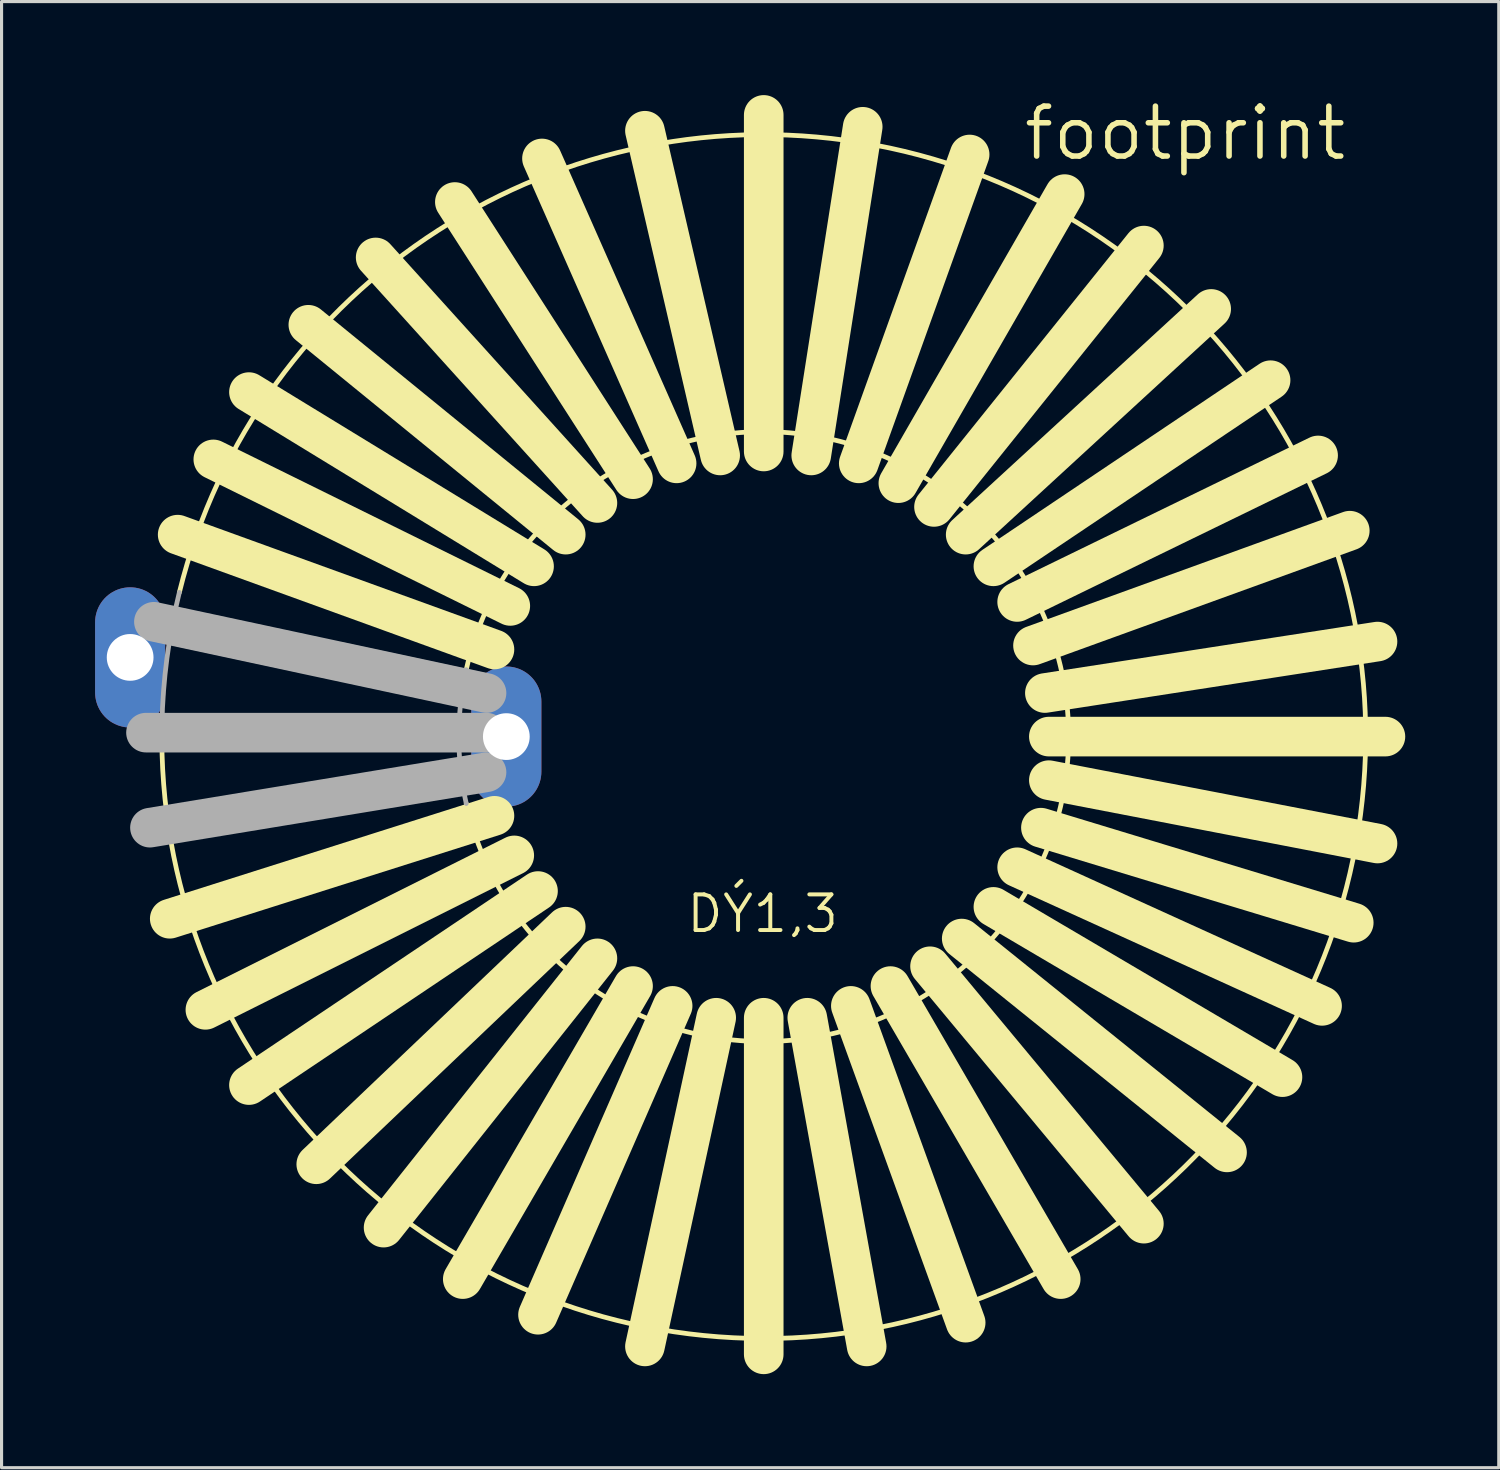
<source format=kicad_pcb>
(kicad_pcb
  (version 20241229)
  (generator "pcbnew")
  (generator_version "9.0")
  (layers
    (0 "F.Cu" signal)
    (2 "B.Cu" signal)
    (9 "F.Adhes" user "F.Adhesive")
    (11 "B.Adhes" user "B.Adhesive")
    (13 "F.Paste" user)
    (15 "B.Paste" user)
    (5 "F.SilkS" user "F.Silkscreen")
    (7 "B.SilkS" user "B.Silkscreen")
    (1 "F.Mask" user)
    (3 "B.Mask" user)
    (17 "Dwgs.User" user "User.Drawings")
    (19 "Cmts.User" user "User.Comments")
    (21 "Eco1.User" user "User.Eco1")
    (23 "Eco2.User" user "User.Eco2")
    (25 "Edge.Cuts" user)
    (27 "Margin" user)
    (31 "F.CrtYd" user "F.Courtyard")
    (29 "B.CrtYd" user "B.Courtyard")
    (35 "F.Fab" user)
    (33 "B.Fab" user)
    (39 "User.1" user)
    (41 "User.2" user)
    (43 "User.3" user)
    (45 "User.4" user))
  (footprint "footprint"
    (layer "F.Cu")
    (at 21.444 20.574)
    (property "Reference" "footprint" (at 8.255 -18.415 0) (layer "F.SilkS") (effects (font (size 1.6 1.6) (thickness 0.178)) (justify left bottom)))
    (fp_line (start -8.636 -2.794) (end -18.796 -6.477) (stroke (width 1.27) (type solid)) (layer "F.SilkS"))
    (fp_line (start -8.636 2.54) (end -19.05 5.842) (stroke (width 1.27) (type solid)) (layer "F.SilkS"))
    (fp_line (start -8.128 -4.191) (end -17.653 -8.89) (stroke (width 1.27) (type solid)) (layer "F.SilkS"))
    (fp_line (start -8.001 3.81) (end -17.907 8.763) (stroke (width 1.27) (type solid)) (layer "F.SilkS"))
    (fp_line (start -7.366 -5.461) (end -16.51 -11.049) (stroke (width 1.27) (type solid)) (layer "F.SilkS"))
    (fp_line (start -7.239 4.953) (end -16.51 11.176) (stroke (width 1.27) (type solid)) (layer "F.SilkS"))
    (fp_line (start -6.35 -6.477) (end -14.605 -13.208) (stroke (width 1.27) (type solid)) (layer "F.SilkS"))
    (fp_line (start -6.35 6.096) (end -14.351 13.716) (stroke (width 1.27) (type solid)) (layer "F.SilkS"))
    (fp_line (start -5.334 -7.493) (end -12.446 -15.367) (stroke (width 1.27) (type solid)) (layer "F.SilkS"))
    (fp_line (start -5.334 7.112) (end -12.192 15.748) (stroke (width 1.27) (type solid)) (layer "F.SilkS"))
    (fp_line (start -4.191 -8.255) (end -9.906 -17.145) (stroke (width 1.27) (type solid)) (layer "F.SilkS"))
    (fp_line (start -4.191 8.001) (end -9.652 17.399) (stroke (width 1.27) (type solid)) (layer "F.SilkS"))
    (fp_line (start -2.921 8.636) (end -7.239 18.542) (stroke (width 1.27) (type solid)) (layer "F.SilkS"))
    (fp_line (start -2.794 -8.763) (end -7.112 -18.542) (stroke (width 1.27) (type solid)) (layer "F.SilkS"))
    (fp_line (start -1.524 9.017) (end -3.81 19.558) (stroke (width 1.27) (type solid)) (layer "F.SilkS"))
    (fp_line (start -1.397 -9.017) (end -3.81 -19.431) (stroke (width 1.27) (type solid)) (layer "F.SilkS"))
    (fp_line (start 0 -9.144) (end 0 -19.939) (stroke (width 1.27) (type solid)) (layer "F.SilkS"))
    (fp_line (start 0 9.017) (end 0 19.812) (stroke (width 1.27) (type solid)) (layer "F.SilkS"))
    (fp_line (start 1.397 9.017) (end 3.302 19.558) (stroke (width 1.27) (type solid)) (layer "F.SilkS"))
    (fp_line (start 1.524 -9.017) (end 3.175 -19.558) (stroke (width 1.27) (type solid)) (layer "F.SilkS"))
    (fp_line (start 2.794 8.636) (end 6.477 18.796) (stroke (width 1.27) (type solid)) (layer "F.SilkS"))
    (fp_line (start 3.048 -8.763) (end 6.604 -18.669) (stroke (width 1.27) (type solid)) (layer "F.SilkS"))
    (fp_line (start 4.064 8.001) (end 9.525 17.399) (stroke (width 1.27) (type solid)) (layer "F.SilkS"))
    (fp_line (start 4.318 -8.128) (end 9.652 -17.399) (stroke (width 1.27) (type solid)) (layer "F.SilkS"))
    (fp_line (start 5.334 7.366) (end 12.192 15.621) (stroke (width 1.27) (type solid)) (layer "F.SilkS"))
    (fp_line (start 5.461 -7.366) (end 12.192 -15.748) (stroke (width 1.27) (type solid)) (layer "F.SilkS"))
    (fp_line (start 6.35 6.477) (end 14.859 13.335) (stroke (width 1.27) (type solid)) (layer "F.SilkS"))
    (fp_line (start 6.477 -6.477) (end 14.351 -13.716) (stroke (width 1.27) (type solid)) (layer "F.SilkS"))
    (fp_line (start 7.366 -5.461) (end 16.256 -11.43) (stroke (width 1.27) (type solid)) (layer "F.SilkS"))
    (fp_line (start 7.366 5.461) (end 16.637 10.922) (stroke (width 1.27) (type solid)) (layer "F.SilkS"))
    (fp_line (start 8.128 -4.318) (end 17.78 -9.017) (stroke (width 1.27) (type solid)) (layer "F.SilkS"))
    (fp_line (start 8.128 4.191) (end 17.907 8.636) (stroke (width 1.27) (type solid)) (layer "F.SilkS"))
    (fp_line (start 8.636 -2.921) (end 18.796 -6.604) (stroke (width 1.27) (type solid)) (layer "F.SilkS"))
    (fp_line (start 8.89 2.921) (end 18.923 5.969) (stroke (width 1.27) (type solid)) (layer "F.SilkS"))
    (fp_line (start 9.017 -1.397) (end 19.685 -3.048) (stroke (width 1.27) (type solid)) (layer "F.SilkS"))
    (fp_line (start 9.144 0) (end 19.939 0) (stroke (width 1.27) (type solid)) (layer "F.SilkS"))
    (fp_line (start 9.144 1.397) (end 19.685 3.429) (stroke (width 1.27) (type solid)) (layer "F.SilkS"))
    (fp_arc (start -18.7419 -4.6245) (mid 19.139022 2.517817) (end -19.3002 -0.381) (stroke (width 0.1524) (type solid)) (layer "F.SilkS"))
    (fp_arc (start -9.5407 -2.1458) (mid 9.779029 0) (end -9.5407 2.1458) (stroke (width 0.1524) (type solid)) (layer "F.SilkS"))
    (fp_line (start -8.89 -1.397) (end -19.558 -3.683) (stroke (width 1.27) (type solid)) (layer "F.Fab"))
    (fp_line (start -8.89 -0.127) (end -19.812 -0.127) (stroke (width 1.27) (type solid)) (layer "F.Fab"))
    (fp_line (start -8.89 1.143) (end -19.685 2.921) (stroke (width 1.27) (type solid)) (layer "F.Fab"))
    (fp_arc (start -19.3003 -0.381) (mid -19.139072 -2.518274) (end -18.7419 -4.6245) (stroke (width 0.1524) (type solid)) (layer "F.Fab"))
    (fp_arc (start -9.5407 2.1458) (mid -9.779029 0) (end -9.5407 -2.1458) (stroke (width 0.1524) (type solid)) (layer "F.Fab"))
    (fp_text user "DÝ1,3" (at -2.54 6.35 0) (layer "F.SilkS") (effects (font (size 1.143 1.143) (thickness 0.127)) (justify left bottom)))
    (pad "1" thru_hole oval (at -20.32 -2.54 90) (size 4.496 2.248) (drill 1.499) (layers "*.Cu" "*.Mask"))
    (pad "2" thru_hole oval (at -8.255 0 90) (size 4.496 2.248) (drill 1.499) (layers "*.Cu" "*.Mask")))
  (gr_rect
    (start -3 -3)
    (end 45.018 44.021)
    (stroke (width 0.1) (type default))
    (fill no)
    (layer "Edge.Cuts")))
</source>
